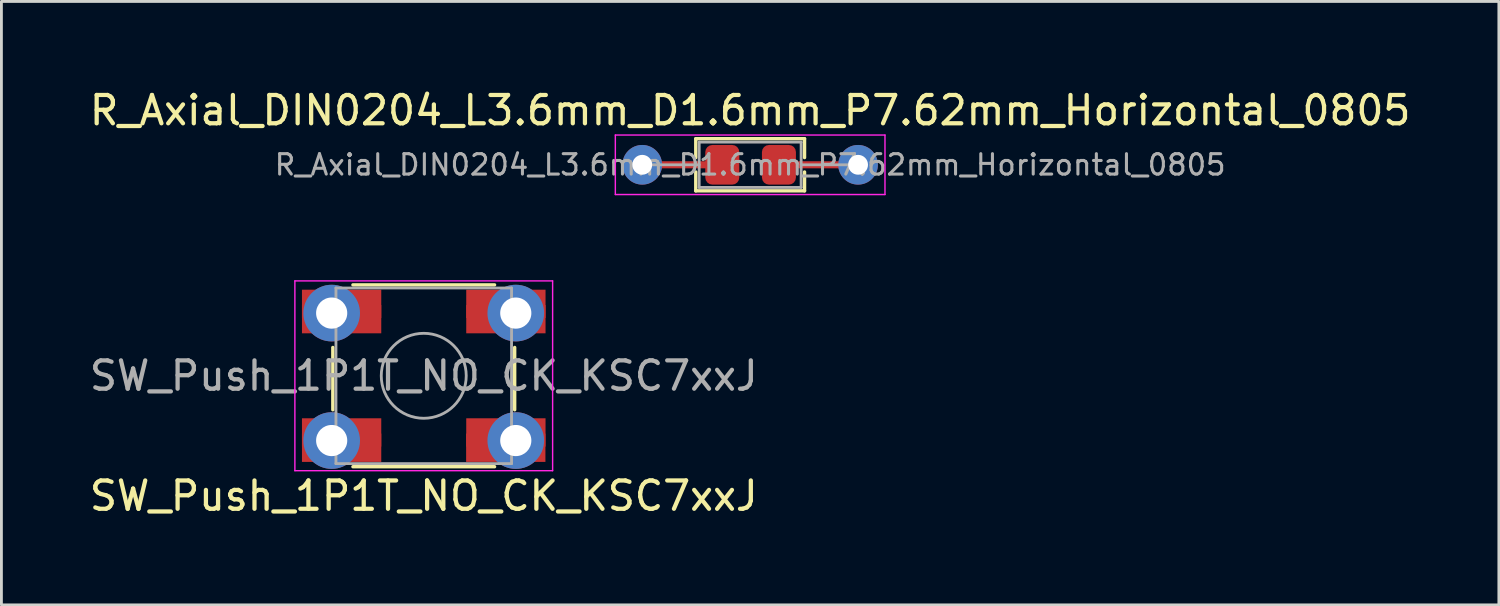
<source format=kicad_pcb>
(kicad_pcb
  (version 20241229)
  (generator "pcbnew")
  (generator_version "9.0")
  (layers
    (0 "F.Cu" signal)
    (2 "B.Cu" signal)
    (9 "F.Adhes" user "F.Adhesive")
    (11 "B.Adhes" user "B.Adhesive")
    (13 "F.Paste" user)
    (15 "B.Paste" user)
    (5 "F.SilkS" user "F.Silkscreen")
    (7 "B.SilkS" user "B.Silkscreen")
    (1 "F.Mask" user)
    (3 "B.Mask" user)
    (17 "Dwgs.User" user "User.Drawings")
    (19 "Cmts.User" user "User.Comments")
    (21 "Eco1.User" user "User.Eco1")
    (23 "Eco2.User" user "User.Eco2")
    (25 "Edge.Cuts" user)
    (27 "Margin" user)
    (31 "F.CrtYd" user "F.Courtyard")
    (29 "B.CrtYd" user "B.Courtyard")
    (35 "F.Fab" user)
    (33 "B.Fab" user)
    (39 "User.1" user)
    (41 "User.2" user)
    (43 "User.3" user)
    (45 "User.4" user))
  (footprint "R_Axial_DIN0204_L3.6mm_D1.6mm_P7.62mm_Horizontal_0805"
    (layer "F.Cu")
    (at 19.625 2.768)
    (property "Reference" "R_Axial_DIN0204_L3.6mm_D1.6mm_P7.62mm_Horizontal_0805" (at 3.81 -1.92 0) (layer "F.SilkS") (effects (font (size 1 1) (thickness 0.15))))
    (attr through_hole)
    (fp_line (start 1.89 -0.92) (end 1.89 -0.254) (stroke (width 0.12) (type solid)) (layer "F.SilkS"))
    (fp_line (start 1.89 0.254) (end 1.89 0.92) (stroke (width 0.12) (type solid)) (layer "F.SilkS"))
    (fp_line (start 1.89 0.92) (end 5.73 0.92) (stroke (width 0.12) (type solid)) (layer "F.SilkS"))
    (fp_line (start 5.73 -0.92) (end 1.89 -0.92) (stroke (width 0.12) (type solid)) (layer "F.SilkS"))
    (fp_line (start 5.73 -0.254) (end 5.73 -0.92) (stroke (width 0.12) (type solid)) (layer "F.SilkS"))
    (fp_line (start 5.73 0.92) (end 5.73 0.254) (stroke (width 0.12) (type solid)) (layer "F.SilkS"))
    (fp_line (start -0.95 -1.05) (end -0.95 1.05) (stroke (width 0.05) (type solid)) (layer "F.CrtYd"))
    (fp_line (start -0.95 1.05) (end 8.57 1.05) (stroke (width 0.05) (type solid)) (layer "F.CrtYd"))
    (fp_line (start 8.57 -1.05) (end -0.95 -1.05) (stroke (width 0.05) (type solid)) (layer "F.CrtYd"))
    (fp_line (start 8.57 1.05) (end 8.57 -1.05) (stroke (width 0.05) (type solid)) (layer "F.CrtYd"))
    (fp_line (start 0 0) (end 2.01 0) (stroke (width 0.1) (type solid)) (layer "F.Fab"))
    (fp_line (start 2.01 -0.8) (end 2.01 0.8) (stroke (width 0.1) (type solid)) (layer "F.Fab"))
    (fp_line (start 2.01 0.8) (end 5.61 0.8) (stroke (width 0.1) (type solid)) (layer "F.Fab"))
    (fp_line (start 5.61 -0.8) (end 2.01 -0.8) (stroke (width 0.1) (type solid)) (layer "F.Fab"))
    (fp_line (start 5.61 0.8) (end 5.61 -0.8) (stroke (width 0.1) (type solid)) (layer "F.Fab"))
    (fp_line (start 7.62 0) (end 5.61 0) (stroke (width 0.1) (type solid)) (layer "F.Fab"))
    (fp_text user "${REFERENCE}" (at 3.81 0 0) (layer "F.Fab") (effects (font (size 0.72 0.72) (thickness 0.108))))
    (pad "1" thru_hole circle (at 0 0) (size 1.4 1.4) (drill 0.7) (layers "*.Cu" "*.Mask"))
    (pad "1" smd rect (at 1.397 0) (size 2 0.25) (layers "F.Cu"))
    (pad "1" smd roundrect (at 2.826 0) (size 1.2 1.4) (layers "F.Cu" "F.Mask" "F.Paste") (roundrect_rratio 0.208))
    (pad "2" smd roundrect (at 4.826 0) (size 1.2 1.4) (layers "F.Cu" "F.Mask" "F.Paste") (roundrect_rratio 0.208))
    (pad "2" smd rect (at 6.223 0) (size 2 0.25) (layers "F.Cu"))
    (pad "2" thru_hole oval (at 7.62 0) (size 1.4 1.4) (drill 0.7) (layers "*.Cu" "*.Mask")))
  (footprint "SW_Push_1P1T_NO_CK_KSC7xxJ"
    (layer "F.Cu")
    (at 11.911 10.218)
    (property "Reference" "SW_Push_1P1T_NO_CK_KSC7xxJ" (at 0 4.24 0) (layer "F.SilkS") (effects (font (size 1 1) (thickness 0.15))))
    (attr smd)
    (fp_line (start -3.21 -1) (end -3.21 1.2) (stroke (width 0.12) (type solid)) (layer "F.SilkS"))
    (fp_line (start -2.5 3.21) (end 2.5 3.21) (stroke (width 0.12) (type solid)) (layer "F.SilkS"))
    (fp_line (start 2.5 -3.21) (end -2.5 -3.21) (stroke (width 0.12) (type solid)) (layer "F.SilkS"))
    (fp_line (start 3.21 1.2) (end 3.21 -1) (stroke (width 0.12) (type solid)) (layer "F.SilkS"))
    (fp_line (start -4.55 -3.35) (end 4.55 -3.35) (stroke (width 0.05) (type solid)) (layer "F.CrtYd"))
    (fp_line (start -4.55 3.35) (end -4.55 -3.35) (stroke (width 0.05) (type solid)) (layer "F.CrtYd"))
    (fp_line (start 4.55 -3.35) (end 4.55 3.35) (stroke (width 0.05) (type solid)) (layer "F.CrtYd"))
    (fp_line (start 4.55 3.35) (end -4.55 3.35) (stroke (width 0.05) (type solid)) (layer "F.CrtYd"))
    (fp_line (start -3.1 -3.1) (end 3.1 -3.1) (stroke (width 0.1) (type solid)) (layer "F.Fab"))
    (fp_line (start -3.1 3.1) (end -3.1 -3.1) (stroke (width 0.1) (type solid)) (layer "F.Fab"))
    (fp_line (start 3.1 -3.1) (end 3.1 3.1) (stroke (width 0.1) (type solid)) (layer "F.Fab"))
    (fp_line (start 3.1 3.1) (end -3.1 3.1) (stroke (width 0.1) (type solid)) (layer "F.Fab"))
    (fp_circle (center 0 0) (end 1.5 0) (stroke (width 0.1) (type solid)) (fill no) (layer "F.Fab"))
    (fp_text user "${REFERENCE}" (at 0 0 0) (layer "F.Fab") (effects (font (size 1 1) (thickness 0.15))))
    (pad "1" thru_hole circle (at -3.251 -2.214 90) (size 2 2) (drill 1.1) (layers "*.Cu" "*.Mask"))
    (pad "1" smd rect (at -2.9 -2.54) (size 2.8 1) (layers "F.Cu" "F.Mask" "F.Paste"))
    (pad "1" smd rect (at -2.9 -2) (size 2.8 1) (layers "F.Cu" "F.Mask" "F.Paste"))
    (pad "1" smd rect (at 2.9 -2.54) (size 2.8 1) (layers "F.Cu" "F.Mask" "F.Paste"))
    (pad "1" smd rect (at 2.9 -2) (size 2.8 1) (layers "F.Cu" "F.Mask" "F.Paste"))
    (pad "1" thru_hole circle (at 3.249 -2.214 90) (size 2 2) (drill 1.1) (layers "*.Cu" "*.Mask"))
    (pad "2" thru_hole circle (at -3.251 2.286 90) (size 2 2) (drill 1.1) (layers "*.Cu" "*.Mask"))
    (pad "2" smd rect (at -2.9 2) (size 2.8 1) (layers "F.Cu" "F.Mask" "F.Paste"))
    (pad "2" smd rect (at -2.9 2.54) (size 2.8 1) (layers "F.Cu" "F.Mask" "F.Paste"))
    (pad "2" smd rect (at 2.896 2.54) (size 2.8 1) (layers "F.Cu" "F.Mask" "F.Paste"))
    (pad "2" smd rect (at 2.9 2) (size 2.8 1) (layers "F.Cu" "F.Mask" "F.Paste"))
    (pad "2" thru_hole circle (at 3.249 2.286 90) (size 2 2) (drill 1.1) (layers "*.Cu" "*.Mask")))
  (gr_rect
    (start -3 -3)
    (end 49.869 18.306)
    (stroke (width 0.1) (type default))
    (fill no)
    (layer "Edge.Cuts")))
</source>
